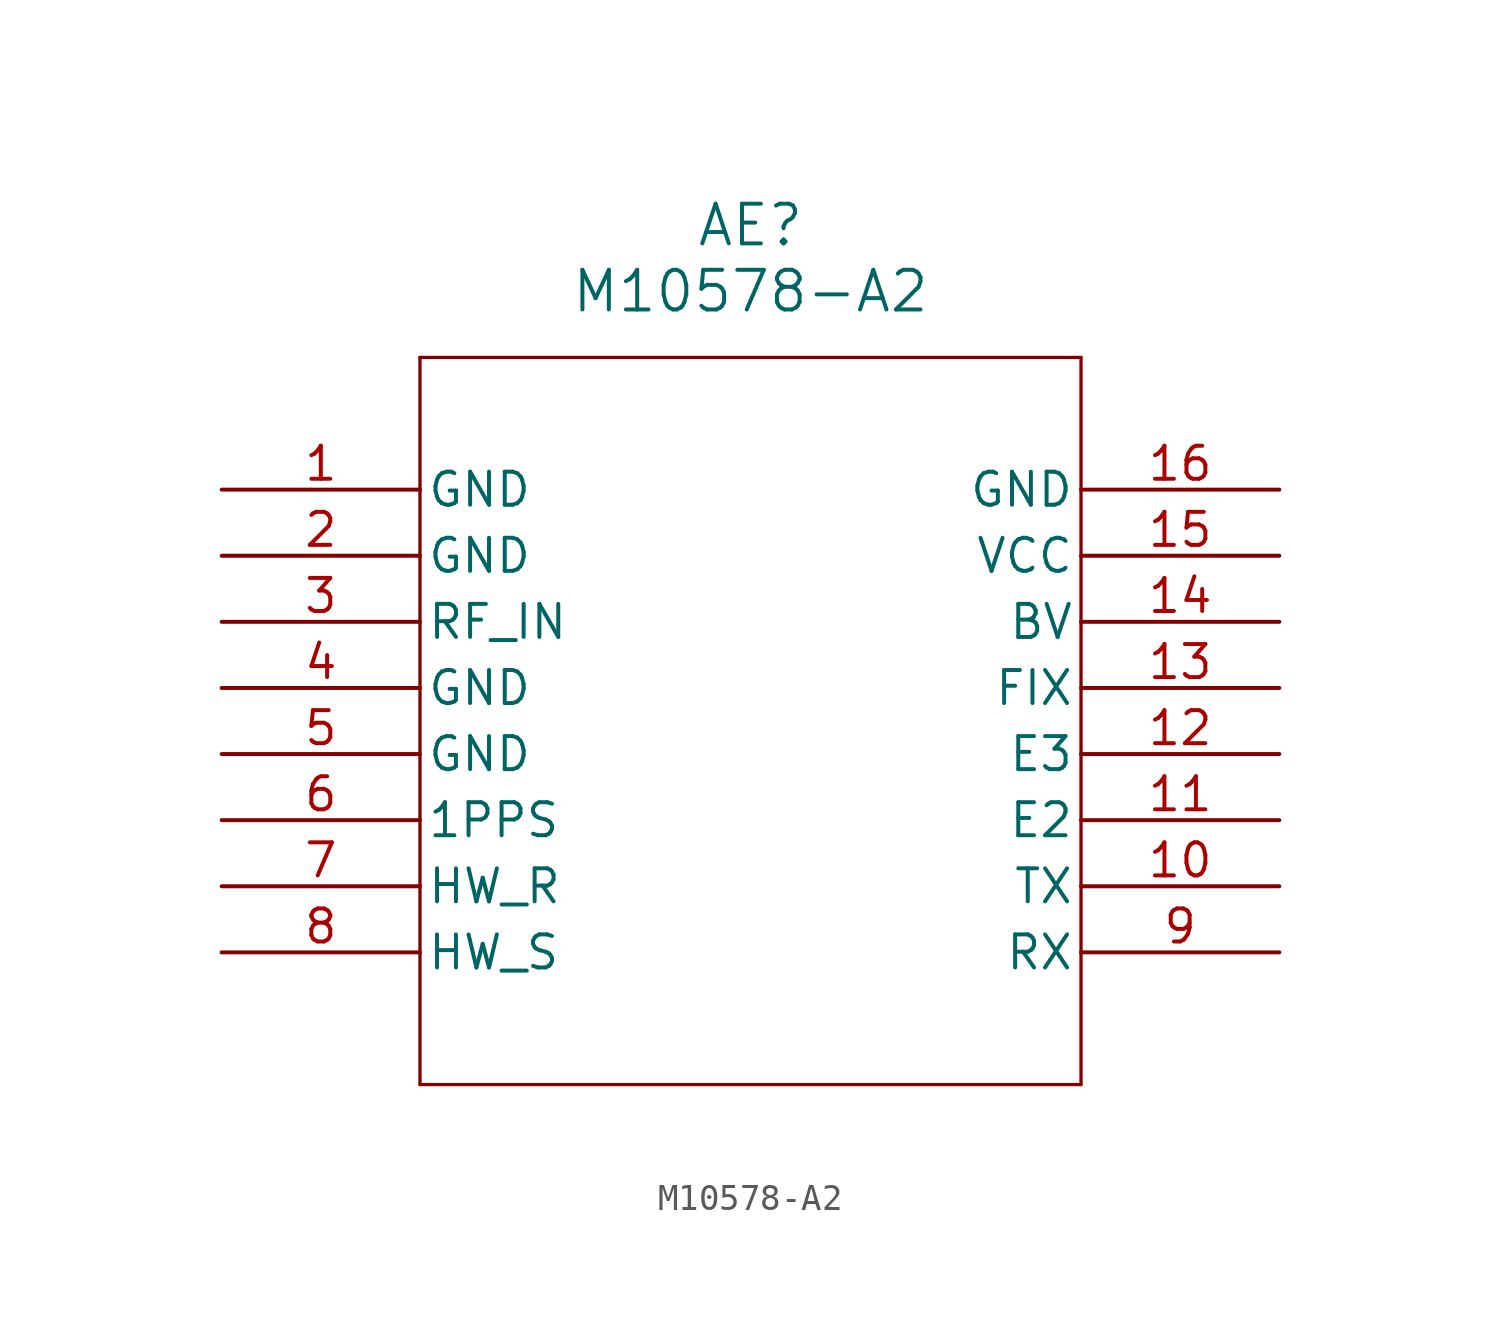
<source format=kicad_sym>
(kicad_symbol_lib
  (version 20211014)
  (generator kicad_symbol_editor)
  (symbol "M10578-A2"
    (pin_names
      (offset 0.254))
    (property "Reference" "AE"
      (at 20.32 10.16 0)
      (effects (font (size 1.524 1.524))))
    (property "Value" "M10578-A2"
      (at 20.32 7.62 0)
      (effects (font (size 1.524 1.524))))
    (symbol "M10578-A2_0_1"
      (polyline (pts (xy 7.62 5.08) (xy 7.62 -22.86)) (stroke (width 0.127) (type default) (color 0 0 0 0)) (fill (type none)))
      (polyline (pts (xy 7.62 -22.86) (xy 33.02 -22.86)) (stroke (width 0.127) (type default) (color 0 0 0 0)) (fill (type none)))
      (polyline (pts (xy 33.02 -22.86) (xy 33.02 5.08)) (stroke (width 0.127) (type default) (color 0 0 0 0)) (fill (type none)))
      (polyline (pts (xy 33.02 5.08) (xy 7.62 5.08)) (stroke (width 0.127) (type default) (color 0 0 0 0)) (fill (type none)))
      (pin power_out line (at 0 0 0) (length 7.62) (name "GND" (effects (font (size 1.27 1.27)))) (number "1" (effects (font (size 1.27 1.27)))))
      (pin power_out line (at 0 -2.54 0) (length 7.62) (name "GND" (effects (font (size 1.27 1.27)))) (number "2" (effects (font (size 1.27 1.27)))))
      (pin unspecified line (at 0 -5.08 0) (length 7.62) (name "RF_IN" (effects (font (size 1.27 1.27)))) (number "3" (effects (font (size 1.27 1.27)))))
      (pin power_out line (at 0 -7.62 0) (length 7.62) (name "GND" (effects (font (size 1.27 1.27)))) (number "4" (effects (font (size 1.27 1.27)))))
      (pin power_out line (at 0 -10.16 0) (length 7.62) (name "GND" (effects (font (size 1.27 1.27)))) (number "5" (effects (font (size 1.27 1.27)))))
      (pin output line (at 0 -12.7 0) (length 7.62) (name "1PPS" (effects (font (size 1.27 1.27)))) (number "6" (effects (font (size 1.27 1.27)))))
      (pin unspecified line (at 0 -15.24 0) (length 7.62) (name "HW_R" (effects (font (size 1.27 1.27)))) (number "7" (effects (font (size 1.27 1.27)))))
      (pin unspecified line (at 0 -17.78 0) (length 7.62) (name "HW_S" (effects (font (size 1.27 1.27)))) (number "8" (effects (font (size 1.27 1.27)))))
      (pin unspecified line (at 40.64 -17.78 180) (length 7.62) (name "RX" (effects (font (size 1.27 1.27)))) (number "9" (effects (font (size 1.27 1.27)))))
      (pin unspecified line (at 40.64 -15.24 180) (length 7.62) (name "TX" (effects (font (size 1.27 1.27)))) (number "10" (effects (font (size 1.27 1.27)))))
      (pin bidirectional line (at 40.64 -12.7 180) (length 7.62) (name "E2" (effects (font (size 1.27 1.27)))) (number "11" (effects (font (size 1.27 1.27)))))
      (pin bidirectional line (at 40.64 -10.16 180) (length 7.62) (name "E3" (effects (font (size 1.27 1.27)))) (number "12" (effects (font (size 1.27 1.27)))))
      (pin unspecified line (at 40.64 -7.62 180) (length 7.62) (name "FIX" (effects (font (size 1.27 1.27)))) (number "13" (effects (font (size 1.27 1.27)))))
      (pin unspecified line (at 40.64 -5.08 180) (length 7.62) (name "BV" (effects (font (size 1.27 1.27)))) (number "14" (effects (font (size 1.27 1.27)))))
      (pin power_in line (at 40.64 -2.54 180) (length 7.62) (name "VCC" (effects (font (size 1.27 1.27)))) (number "15" (effects (font (size 1.27 1.27)))))
      (pin power_out line (at 40.64 0 180) (length 7.62) (name "GND" (effects (font (size 1.27 1.27)))) (number "16" (effects (font (size 1.27 1.27))))))))
</source>
